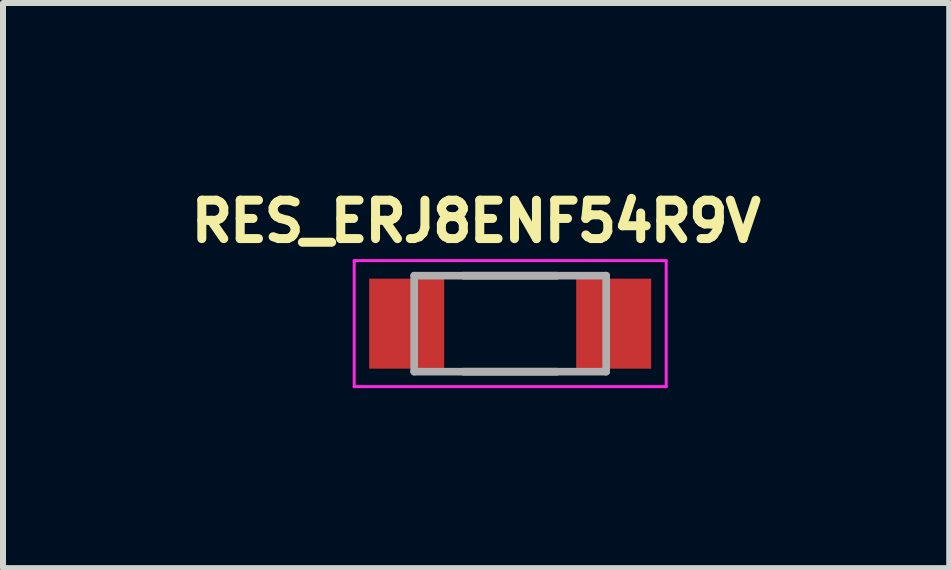
<source format=kicad_pcb>
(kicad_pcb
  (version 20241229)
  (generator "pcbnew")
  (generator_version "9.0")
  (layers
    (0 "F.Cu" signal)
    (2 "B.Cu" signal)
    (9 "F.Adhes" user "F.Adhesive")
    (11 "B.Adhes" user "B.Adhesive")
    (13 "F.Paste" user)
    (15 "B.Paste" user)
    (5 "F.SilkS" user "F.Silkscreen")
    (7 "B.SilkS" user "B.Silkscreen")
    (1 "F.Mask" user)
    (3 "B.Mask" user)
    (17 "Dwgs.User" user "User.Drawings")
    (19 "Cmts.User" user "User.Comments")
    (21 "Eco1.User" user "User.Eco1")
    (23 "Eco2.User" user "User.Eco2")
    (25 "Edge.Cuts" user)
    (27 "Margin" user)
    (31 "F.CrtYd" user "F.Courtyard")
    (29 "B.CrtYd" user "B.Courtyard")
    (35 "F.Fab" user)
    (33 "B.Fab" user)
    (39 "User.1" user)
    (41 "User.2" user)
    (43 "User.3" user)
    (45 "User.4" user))
  (footprint "RES_ERJ8ENF54R9V"
    (layer "F.Cu")
    (at 5.453 2.344)
    (property "Reference" "RES_ERJ8ENF54R9V" (at -0.568 -1.706 0) (layer "F.SilkS") (effects (font (size 0.64 0.64) (thickness 0.15))))
    (attr through_hole)
    (fp_line (start -0.78 -0.8) (end 0.78 -0.8) (stroke (width 0.127) (type solid)) (layer "F.SilkS"))
    (fp_line (start -0.78 0.8) (end 0.78 0.8) (stroke (width 0.127) (type solid)) (layer "F.SilkS"))
    (fp_line (start -2.6 -1.05) (end -2.6 1.05) (stroke (width 0.05) (type solid)) (layer "F.CrtYd"))
    (fp_line (start -2.6 1.05) (end 2.6 1.05) (stroke (width 0.05) (type solid)) (layer "F.CrtYd"))
    (fp_line (start 2.6 -1.05) (end -2.6 -1.05) (stroke (width 0.05) (type solid)) (layer "F.CrtYd"))
    (fp_line (start 2.6 1.05) (end 2.6 -1.05) (stroke (width 0.05) (type solid)) (layer "F.CrtYd"))
    (fp_line (start -1.6 -0.8) (end -1.6 0.8) (stroke (width 0.127) (type solid)) (layer "F.Fab"))
    (fp_line (start -1.6 -0.8) (end 1.6 -0.8) (stroke (width 0.127) (type solid)) (layer "F.Fab"))
    (fp_line (start -1.6 0.8) (end 1.6 0.8) (stroke (width 0.127) (type solid)) (layer "F.Fab"))
    (fp_line (start 1.6 -0.8) (end 1.6 0.8) (stroke (width 0.127) (type solid)) (layer "F.Fab"))
    (pad "1" smd rect (at -1.725 0) (size 1.25 1.5) (layers "F.Cu" "F.Mask" "F.Paste"))
    (pad "2" smd rect (at 1.725 0) (size 1.25 1.5) (layers "F.Cu" "F.Mask" "F.Paste")))
  (gr_rect
    (start -3 -3)
    (end 12.77 6.419)
    (stroke (width 0.1) (type default))
    (fill no)
    (layer "Edge.Cuts")))
</source>
